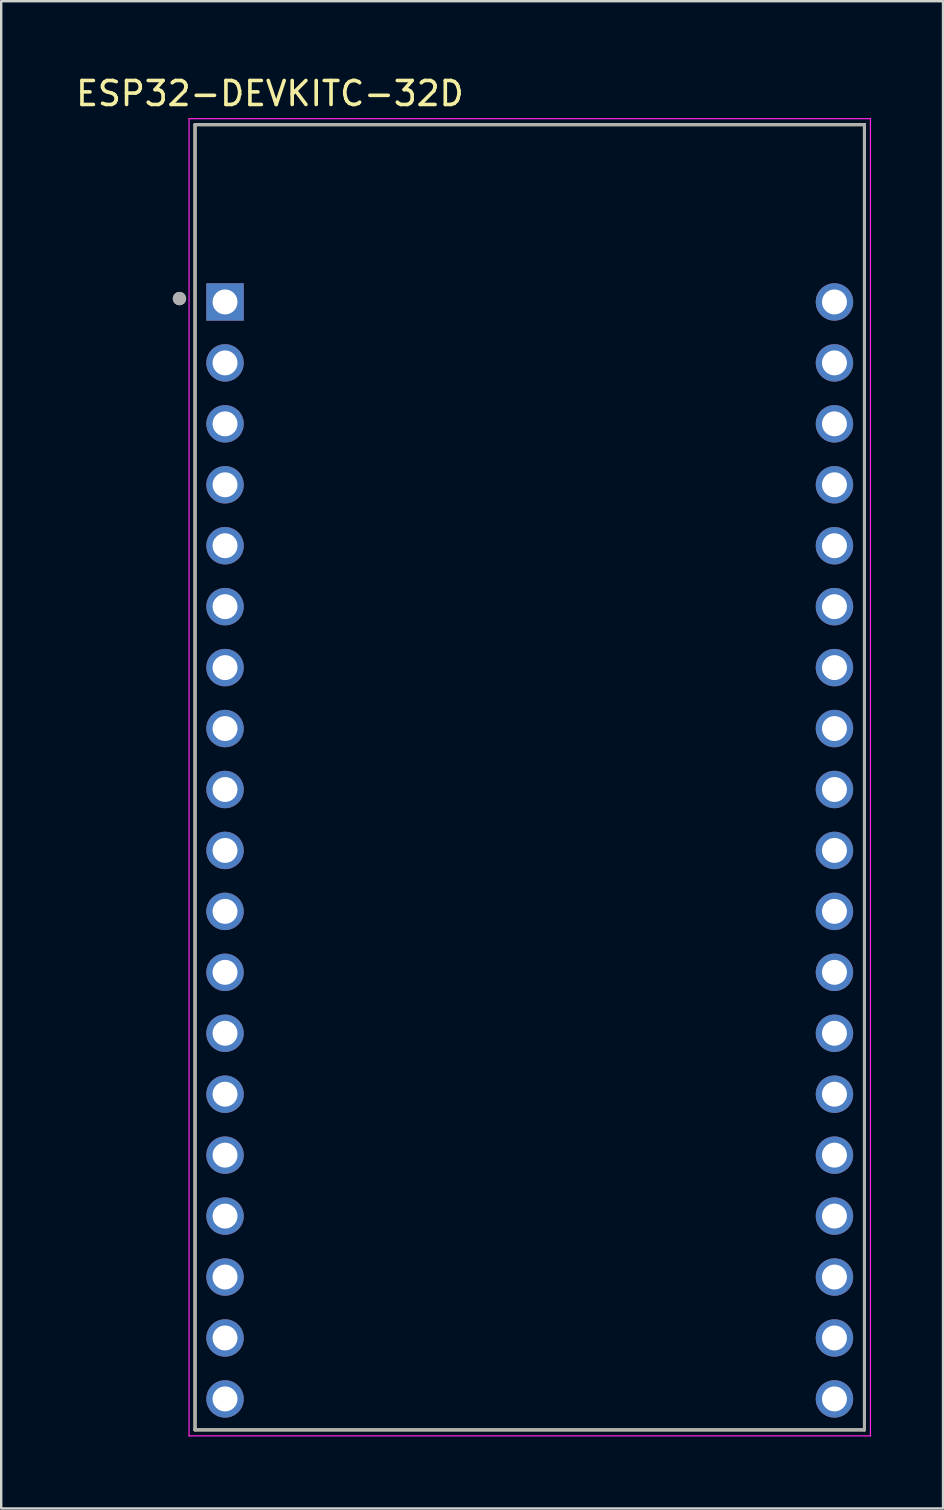
<source format=kicad_pcb>
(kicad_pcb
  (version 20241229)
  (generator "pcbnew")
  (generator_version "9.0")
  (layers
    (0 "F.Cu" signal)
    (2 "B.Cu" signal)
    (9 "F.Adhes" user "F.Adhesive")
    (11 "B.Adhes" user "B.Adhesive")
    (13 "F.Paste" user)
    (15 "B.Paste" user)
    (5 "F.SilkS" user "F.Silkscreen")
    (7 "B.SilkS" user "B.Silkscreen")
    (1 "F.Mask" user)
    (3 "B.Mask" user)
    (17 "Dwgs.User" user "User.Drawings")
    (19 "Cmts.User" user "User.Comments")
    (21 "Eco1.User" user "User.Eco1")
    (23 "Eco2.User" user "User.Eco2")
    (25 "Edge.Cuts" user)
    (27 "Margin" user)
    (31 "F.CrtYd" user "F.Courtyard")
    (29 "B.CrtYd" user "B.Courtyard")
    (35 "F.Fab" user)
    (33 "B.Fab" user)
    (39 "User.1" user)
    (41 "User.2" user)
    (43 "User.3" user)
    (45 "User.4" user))
  (footprint "ESP32-DEVKITC-32D"
    (layer "F.Cu")
    (at 19.029 29.295)
    (property "Reference" "ESP32-DEVKITC-32D" (at -10.829 -28.446 0) (layer "F.SilkS") (effects (font (size 1 1) (thickness 0.15))))
    (attr through_hole)
    (fp_line (start -13.95 -27.15) (end 13.95 -27.15) (stroke (width 0.127) (type solid)) (layer "F.SilkS"))
    (fp_line (start -13.95 27.25) (end -13.95 -27.15) (stroke (width 0.127) (type solid)) (layer "F.SilkS"))
    (fp_line (start 13.95 -27.15) (end 13.95 27.25) (stroke (width 0.127) (type solid)) (layer "F.SilkS"))
    (fp_line (start 13.95 27.25) (end -13.95 27.25) (stroke (width 0.127) (type solid)) (layer "F.SilkS"))
    (fp_line (start -14.2 -27.4) (end 14.2 -27.4) (stroke (width 0.05) (type solid)) (layer "F.CrtYd"))
    (fp_line (start -14.2 27.5) (end -14.2 -27.4) (stroke (width 0.05) (type solid)) (layer "F.CrtYd"))
    (fp_line (start 14.2 -27.4) (end 14.2 27.5) (stroke (width 0.05) (type solid)) (layer "F.CrtYd"))
    (fp_line (start 14.2 27.5) (end -14.2 27.5) (stroke (width 0.05) (type solid)) (layer "F.CrtYd"))
    (fp_line (start -13.95 -27.15) (end 13.95 -27.15) (stroke (width 0.127) (type solid)) (layer "F.Fab"))
    (fp_line (start -13.95 27.25) (end -13.95 -27.15) (stroke (width 0.127) (type solid)) (layer "F.Fab"))
    (fp_line (start 13.95 -27.15) (end 13.95 27.25) (stroke (width 0.127) (type solid)) (layer "F.Fab"))
    (fp_line (start 13.95 27.25) (end -13.95 27.25) (stroke (width 0.127) (type solid)) (layer "F.Fab"))
    (fp_circle (center -14.6 -19.9) (end -14.46 -19.9) (stroke (width 0.28) (type solid)) (fill no) (layer "F.Fab"))
    (fp_circle (center -14.6 -19.9) (end -14.46 -19.9) (stroke (width 0.28) (type solid)) (fill no) (layer "F.Fab"))
    (pad "1" thru_hole rect (at -12.7 -19.76) (size 1.56 1.56) (drill 1.04) (layers "*.Cu" "*.Mask"))
    (pad "2" thru_hole circle (at -12.7 -17.22) (size 1.56 1.56) (drill 1.04) (layers "*.Cu" "*.Mask"))
    (pad "3" thru_hole circle (at -12.7 -14.68) (size 1.56 1.56) (drill 1.04) (layers "*.Cu" "*.Mask"))
    (pad "4" thru_hole circle (at -12.7 -12.14) (size 1.56 1.56) (drill 1.04) (layers "*.Cu" "*.Mask"))
    (pad "5" thru_hole circle (at -12.7 -9.6) (size 1.56 1.56) (drill 1.04) (layers "*.Cu" "*.Mask"))
    (pad "6" thru_hole circle (at -12.7 -7.06) (size 1.56 1.56) (drill 1.04) (layers "*.Cu" "*.Mask"))
    (pad "7" thru_hole circle (at -12.7 -4.52) (size 1.56 1.56) (drill 1.04) (layers "*.Cu" "*.Mask"))
    (pad "8" thru_hole circle (at -12.7 -1.98) (size 1.56 1.56) (drill 1.04) (layers "*.Cu" "*.Mask"))
    (pad "9" thru_hole circle (at -12.7 0.56) (size 1.56 1.56) (drill 1.04) (layers "*.Cu" "*.Mask"))
    (pad "10" thru_hole circle (at -12.7 3.1) (size 1.56 1.56) (drill 1.04) (layers "*.Cu" "*.Mask"))
    (pad "11" thru_hole circle (at -12.7 5.64) (size 1.56 1.56) (drill 1.04) (layers "*.Cu" "*.Mask"))
    (pad "12" thru_hole circle (at -12.7 8.18) (size 1.56 1.56) (drill 1.04) (layers "*.Cu" "*.Mask"))
    (pad "13" thru_hole circle (at -12.7 10.72) (size 1.56 1.56) (drill 1.04) (layers "*.Cu" "*.Mask"))
    (pad "14" thru_hole circle (at -12.7 13.26) (size 1.56 1.56) (drill 1.04) (layers "*.Cu" "*.Mask"))
    (pad "15" thru_hole circle (at -12.7 15.8) (size 1.56 1.56) (drill 1.04) (layers "*.Cu" "*.Mask"))
    (pad "16" thru_hole circle (at -12.7 18.34) (size 1.56 1.56) (drill 1.04) (layers "*.Cu" "*.Mask"))
    (pad "17" thru_hole circle (at -12.7 20.88) (size 1.56 1.56) (drill 1.04) (layers "*.Cu" "*.Mask"))
    (pad "18" thru_hole circle (at -12.7 23.42) (size 1.56 1.56) (drill 1.04) (layers "*.Cu" "*.Mask"))
    (pad "19" thru_hole circle (at -12.7 25.96) (size 1.56 1.56) (drill 1.04) (layers "*.Cu" "*.Mask"))
    (pad "20" thru_hole circle (at 12.7 -19.76) (size 1.56 1.56) (drill 1.04) (layers "*.Cu" "*.Mask"))
    (pad "21" thru_hole circle (at 12.7 -17.22) (size 1.56 1.56) (drill 1.04) (layers "*.Cu" "*.Mask"))
    (pad "22" thru_hole circle (at 12.7 -14.68) (size 1.56 1.56) (drill 1.04) (layers "*.Cu" "*.Mask"))
    (pad "23" thru_hole circle (at 12.7 -12.14) (size 1.56 1.56) (drill 1.04) (layers "*.Cu" "*.Mask"))
    (pad "24" thru_hole circle (at 12.7 -9.6) (size 1.56 1.56) (drill 1.04) (layers "*.Cu" "*.Mask"))
    (pad "25" thru_hole circle (at 12.7 -7.06) (size 1.56 1.56) (drill 1.04) (layers "*.Cu" "*.Mask"))
    (pad "26" thru_hole circle (at 12.7 -4.52) (size 1.56 1.56) (drill 1.04) (layers "*.Cu" "*.Mask"))
    (pad "27" thru_hole circle (at 12.7 -1.98) (size 1.56 1.56) (drill 1.04) (layers "*.Cu" "*.Mask"))
    (pad "28" thru_hole circle (at 12.7 0.56) (size 1.56 1.56) (drill 1.04) (layers "*.Cu" "*.Mask"))
    (pad "29" thru_hole circle (at 12.7 3.1) (size 1.56 1.56) (drill 1.04) (layers "*.Cu" "*.Mask"))
    (pad "30" thru_hole circle (at 12.7 5.64) (size 1.56 1.56) (drill 1.04) (layers "*.Cu" "*.Mask"))
    (pad "31" thru_hole circle (at 12.7 8.18) (size 1.56 1.56) (drill 1.04) (layers "*.Cu" "*.Mask"))
    (pad "32" thru_hole circle (at 12.7 10.72) (size 1.56 1.56) (drill 1.04) (layers "*.Cu" "*.Mask"))
    (pad "33" thru_hole circle (at 12.7 13.26) (size 1.56 1.56) (drill 1.04) (layers "*.Cu" "*.Mask"))
    (pad "34" thru_hole circle (at 12.7 15.8) (size 1.56 1.56) (drill 1.04) (layers "*.Cu" "*.Mask"))
    (pad "35" thru_hole circle (at 12.7 18.34) (size 1.56 1.56) (drill 1.04) (layers "*.Cu" "*.Mask"))
    (pad "36" thru_hole circle (at 12.7 20.88) (size 1.56 1.56) (drill 1.04) (layers "*.Cu" "*.Mask"))
    (pad "37" thru_hole circle (at 12.7 23.42) (size 1.56 1.56) (drill 1.04) (layers "*.Cu" "*.Mask"))
    (pad "38" thru_hole circle (at 12.7 25.96) (size 1.56 1.56) (drill 1.04) (layers "*.Cu" "*.Mask")))
  (gr_rect
    (start -3 -3)
    (end 36.254 59.82)
    (stroke (width 0.1) (type default))
    (fill no)
    (layer "Edge.Cuts")))
</source>
